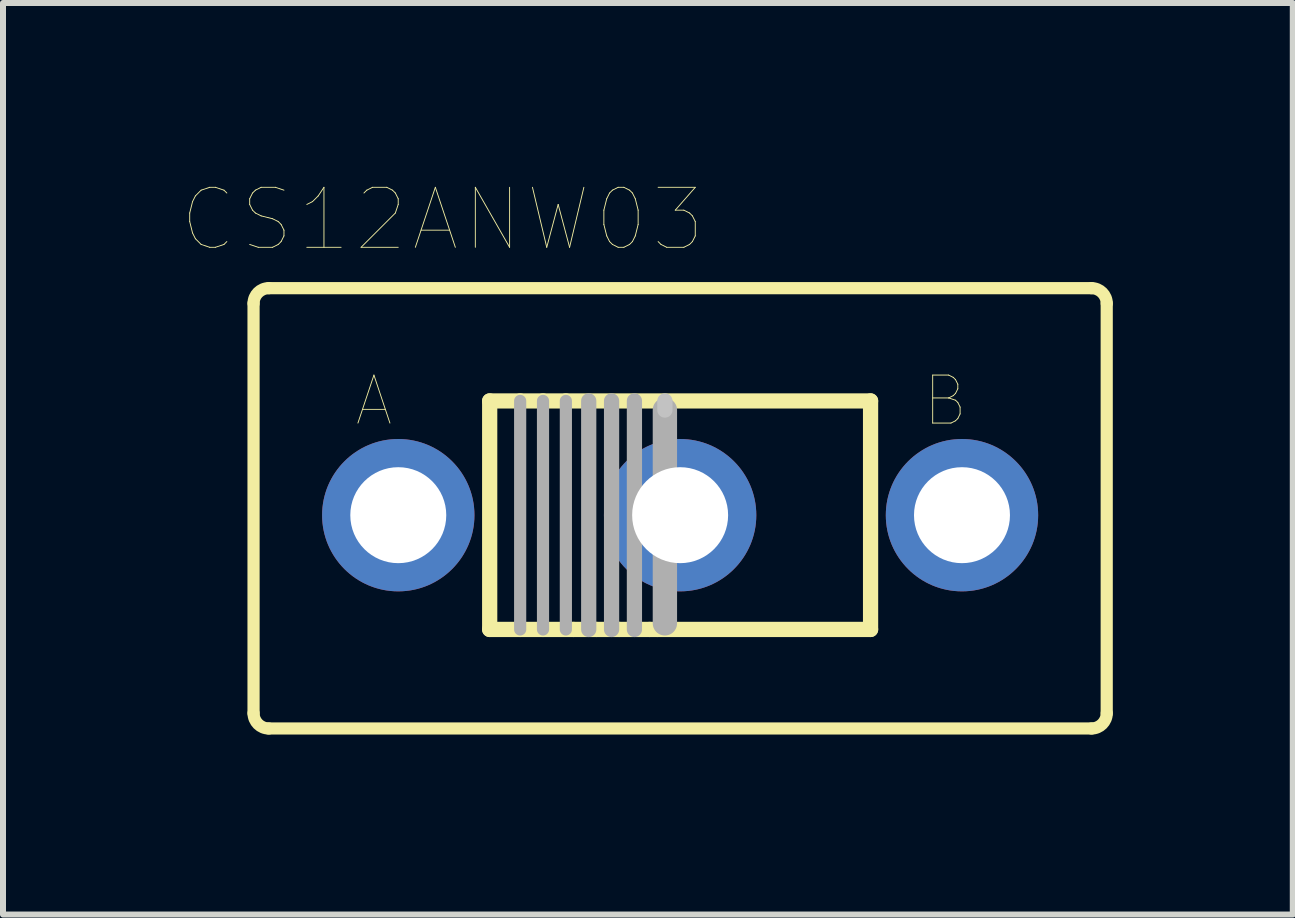
<source format=kicad_pcb>
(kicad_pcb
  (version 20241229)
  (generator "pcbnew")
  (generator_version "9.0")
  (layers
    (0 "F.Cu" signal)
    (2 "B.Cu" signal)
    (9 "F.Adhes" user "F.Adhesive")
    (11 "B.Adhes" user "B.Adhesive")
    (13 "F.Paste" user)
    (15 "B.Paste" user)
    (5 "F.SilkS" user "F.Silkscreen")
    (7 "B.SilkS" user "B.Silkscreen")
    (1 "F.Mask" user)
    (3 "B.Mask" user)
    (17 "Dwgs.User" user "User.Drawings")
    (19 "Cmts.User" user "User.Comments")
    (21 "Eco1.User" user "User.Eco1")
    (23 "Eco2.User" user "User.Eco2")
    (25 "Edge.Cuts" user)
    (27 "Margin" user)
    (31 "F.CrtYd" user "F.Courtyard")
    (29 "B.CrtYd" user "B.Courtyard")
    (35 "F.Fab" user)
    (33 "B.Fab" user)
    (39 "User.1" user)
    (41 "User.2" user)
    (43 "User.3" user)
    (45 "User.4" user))
  (footprint "CS12ANW03"
    (layer "F.Cu")
    (at 8.264 5.539)
    (property "Reference" "CS12ANW03" (at -3.937 -4.928 0) (layer "F.SilkS") (effects (font (size 1 1) (thickness 0.015))))
    (attr through_hole)
    (fp_line (start -7.087 -3.531) (end -7.087 3.302) (stroke (width 0.203) (type solid)) (layer "F.SilkS"))
    (fp_line (start -6.833 -3.785) (end 6.883 -3.785) (stroke (width 0.203) (type solid)) (layer "F.SilkS"))
    (fp_line (start -3.15 -1.905) (end -2.642 -1.905) (stroke (width 0.254) (type solid)) (layer "F.SilkS"))
    (fp_line (start -3.15 1.905) (end -3.15 -1.905) (stroke (width 0.254) (type solid)) (layer "F.SilkS"))
    (fp_line (start -3.15 1.905) (end -2.642 1.905) (stroke (width 0.254) (type solid)) (layer "F.SilkS"))
    (fp_line (start -2.642 -1.905) (end -2.261 -1.905) (stroke (width 0.254) (type solid)) (layer "F.SilkS"))
    (fp_line (start -2.642 1.905) (end -2.261 1.905) (stroke (width 0.254) (type solid)) (layer "F.SilkS"))
    (fp_line (start -2.261 -1.905) (end -1.88 -1.905) (stroke (width 0.254) (type solid)) (layer "F.SilkS"))
    (fp_line (start -2.261 1.905) (end -1.753 1.905) (stroke (width 0.254) (type solid)) (layer "F.SilkS"))
    (fp_line (start -1.88 -1.905) (end 3.2 -1.905) (stroke (width 0.254) (type solid)) (layer "F.SilkS"))
    (fp_line (start -1.753 1.905) (end -1.372 1.905) (stroke (width 0.254) (type solid)) (layer "F.SilkS"))
    (fp_line (start -1.372 1.905) (end -0.991 1.905) (stroke (width 0.254) (type solid)) (layer "F.SilkS"))
    (fp_line (start -0.991 1.905) (end -0.483 1.905) (stroke (width 0.254) (type solid)) (layer "F.SilkS"))
    (fp_line (start -0.483 1.905) (end -0.356 1.905) (stroke (width 0.254) (type solid)) (layer "F.SilkS"))
    (fp_line (start -0.356 1.905) (end 3.2 1.905) (stroke (width 0.254) (type solid)) (layer "F.SilkS"))
    (fp_line (start 3.2 1.905) (end 3.2 -1.905) (stroke (width 0.254) (type solid)) (layer "F.SilkS"))
    (fp_line (start 6.883 3.556) (end -6.833 3.556) (stroke (width 0.203) (type solid)) (layer "F.SilkS"))
    (fp_line (start 7.137 -3.531) (end 7.137 3.302) (stroke (width 0.203) (type solid)) (layer "F.SilkS"))
    (fp_arc (start -7.0866 -3.5306) (mid -7.012205 -3.710205) (end -6.8326 -3.7846) (stroke (width 0.2032) (type solid)) (layer "F.SilkS"))
    (fp_arc (start -6.8326 3.556) (mid -7.012205 3.481605) (end -7.0866 3.302) (stroke (width 0.2032) (type solid)) (layer "F.SilkS"))
    (fp_arc (start 6.8834 -3.7846) (mid 7.063005 -3.710205) (end 7.1374 -3.5306) (stroke (width 0.2032) (type solid)) (layer "F.SilkS"))
    (fp_arc (start 7.1374 3.302) (mid 7.063005 3.481605) (end 6.8834 3.556) (stroke (width 0.2032) (type solid)) (layer "F.SilkS"))
    (fp_line (start -0.229 -1.905) (end -0.229 -1.753) (stroke (width 0.254) (type solid)) (layer "Dwgs.User"))
    (fp_line (start -2.642 -1.905) (end -2.642 1.905) (stroke (width 0.203) (type solid)) (layer "F.Fab"))
    (fp_line (start -2.261 -1.905) (end -2.261 1.905) (stroke (width 0.203) (type solid)) (layer "F.Fab"))
    (fp_line (start -1.88 -1.905) (end -1.88 1.905) (stroke (width 0.203) (type solid)) (layer "F.Fab"))
    (fp_line (start -1.499 -1.905) (end -1.499 1.905) (stroke (width 0.254) (type solid)) (layer "F.Fab"))
    (fp_line (start -1.118 -1.905) (end -1.118 1.905) (stroke (width 0.254) (type solid)) (layer "F.Fab"))
    (fp_line (start -0.737 -1.905) (end -0.737 1.905) (stroke (width 0.254) (type solid)) (layer "F.Fab"))
    (fp_line (start -0.229 -1.753) (end -0.229 1.803) (stroke (width 0.406) (type solid)) (layer "F.Fab"))
    (fp_text user "B" (at 4.445 -1.905 0) (layer "F.SilkS") (effects (font (size 0.8 0.8) (thickness 0.015))))
    (fp_text user "A" (at -5.08 -1.905 0) (layer "F.SilkS") (effects (font (size 0.8 0.8) (thickness 0.015))))
    (pad "1" thru_hole circle (at -4.674 0) (size 2.54 2.54) (drill 1.6) (layers "*.Cu" "*.Mask"))
    (pad "2" thru_hole circle (at 0.025 0) (size 2.54 2.54) (drill 1.6) (layers "*.Cu" "*.Mask"))
    (pad "3" thru_hole circle (at 4.724 0) (size 2.54 2.54) (drill 1.6) (layers "*.Cu" "*.Mask")))
  (gr_rect
    (start -3 -3)
    (end 18.503 12.197)
    (stroke (width 0.1) (type default))
    (fill no)
    (layer "Edge.Cuts")))
</source>
